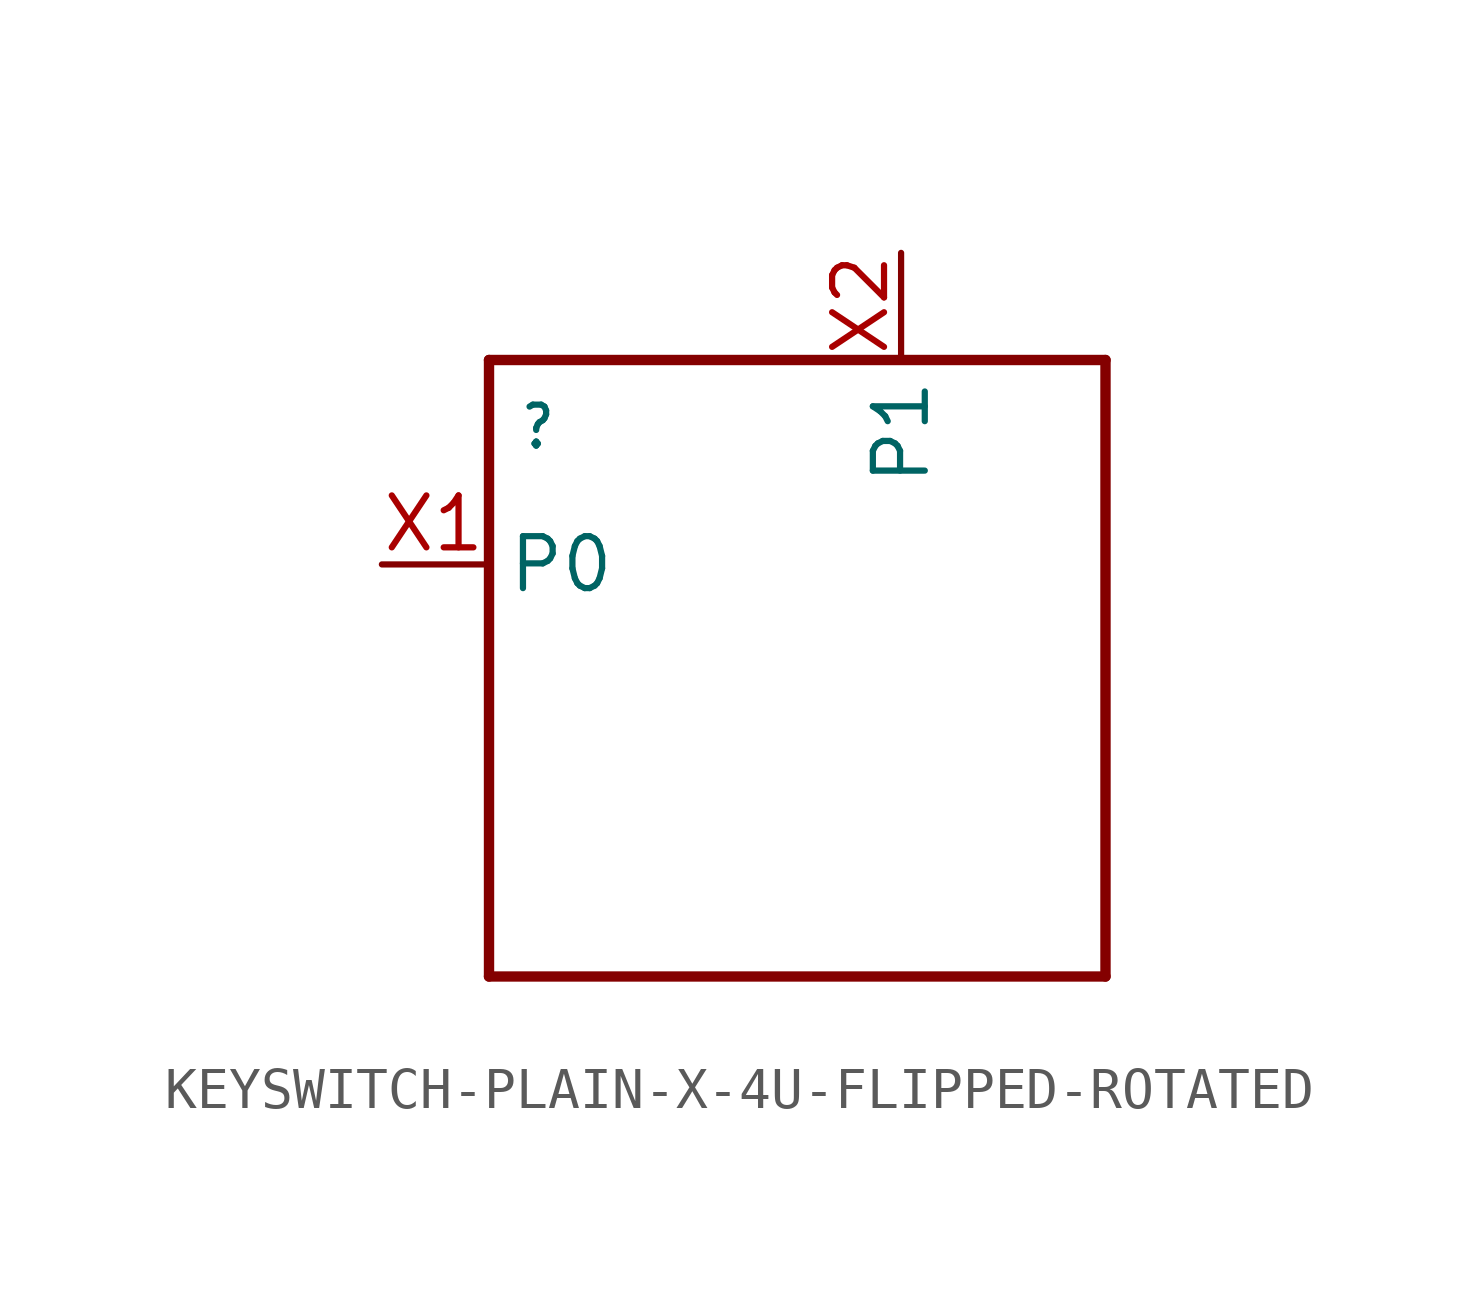
<source format=kicad_sym>
(kicad_symbol_lib
  (version 20211014)
  (generator kicad_symbol_editor)
  (symbol "KEYSWITCH-PLAIN-X-4U-FLIPPED-ROTATED"
    (property "Reference" ""
      (at -6.81 5.318 0)
      (effects (font (size 1 0.85)) (justify left bottom)))
    (property "ki_locked" ""
      (at 0 0 0)
      (effects (font (size 1.27 1.27))))
    (symbol "KEYSWITCH-PLAIN-X-4U-FLIPPED-ROTATED_1_0"
      (polyline (pts (xy -7.54 -7.54) (xy -7.54 7.54)) (stroke (width 0.254) (type default) (color 0 0 0 0)) (fill (type none)))
      (polyline (pts (xy -7.54 7.54) (xy 7.54 7.54)) (stroke (width 0.254) (type default) (color 0 0 0 0)) (fill (type none)))
      (polyline (pts (xy 7.54 -7.54) (xy -7.54 -7.54)) (stroke (width 0.254) (type default) (color 0 0 0 0)) (fill (type none)))
      (polyline (pts (xy 7.54 7.54) (xy 7.54 -7.54)) (stroke (width 0.254) (type default) (color 0 0 0 0)) (fill (type none)))
      (pin bidirectional line (at -10.16 2.54 0) (length 2.54) (name "P0" (effects (font (size 1.27 1.27)))) (number "X1" (effects (font (size 1.27 1.27)))))
      (pin bidirectional line (at 2.54 10.16 270) (length 2.54) (name "P1" (effects (font (size 1.27 1.27)))) (number "X2" (effects (font (size 1.27 1.27))))))))
</source>
